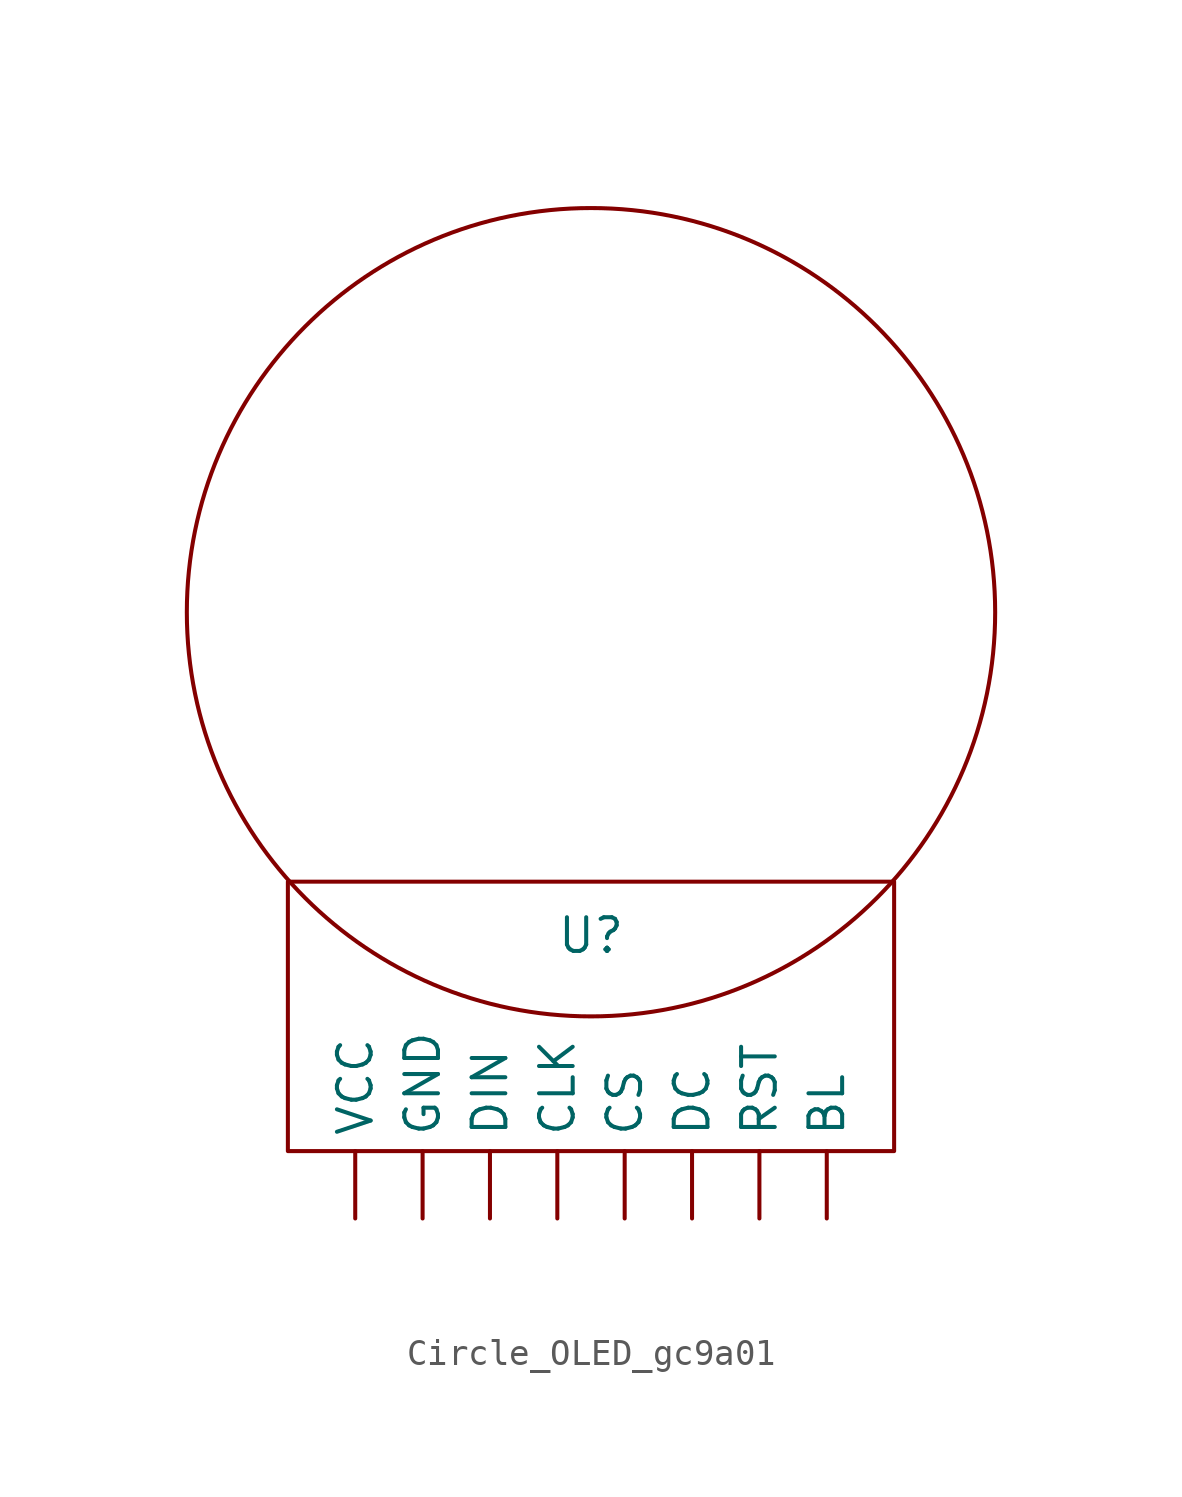
<source format=kicad_sym>
(kicad_symbol_lib
  (version 20231120)
  (generator "kicad_symbol_editor")
  (generator_version "8.0")
  (symbol "Circle_OLED_gc9a01"
    (property "Reference" "U"
      (at 0 -5.842 0)
      (effects (font (size 1.27 1.27))))
    (property "Value" ""
      (at 1.27 -5.08 0)
      (effects (font (size 1.27 1.27))))
    (symbol "Circle_OLED_gc9a01_0_1"
      (rectangle (start -11.43 -3.81) (end 11.43 -13.97) (stroke (width 0) (type default)) (fill (type none)))
      (circle (center 0 6.35) (radius 15.24) (stroke (width 0) (type default)) (fill (type none))))
    (symbol "Circle_OLED_gc9a01_1_1"
      (pin input line (at 8.89 -16.51 90) (length 2.54) (name "BL" (effects (font (size 1.27 1.27)))) (number "" (effects (font (size 1.27 1.27)))))
      (pin input line (at -1.27 -16.51 90) (length 2.54) (name "CLK" (effects (font (size 1.27 1.27)))) (number "" (effects (font (size 1.27 1.27)))))
      (pin input line (at 1.27 -16.51 90) (length 2.54) (name "CS" (effects (font (size 1.27 1.27)))) (number "" (effects (font (size 1.27 1.27)))))
      (pin input line (at 3.81 -16.51 90) (length 2.54) (name "DC" (effects (font (size 1.27 1.27)))) (number "" (effects (font (size 1.27 1.27)))))
      (pin input line (at -3.81 -16.51 90) (length 2.54) (name "DIN" (effects (font (size 1.27 1.27)))) (number "" (effects (font (size 1.27 1.27)))))
      (pin input line (at -6.35 -16.51 90) (length 2.54) (name "GND" (effects (font (size 1.27 1.27)))) (number "" (effects (font (size 1.27 1.27)))))
      (pin input line (at 6.35 -16.51 90) (length 2.54) (name "RST" (effects (font (size 1.27 1.27)))) (number "" (effects (font (size 1.27 1.27)))))
      (pin power_in line (at -8.89 -16.51 90) (length 2.54) (name "VCC" (effects (font (size 1.27 1.27)))) (number "" (effects (font (size 1.27 1.27))))))))
</source>
